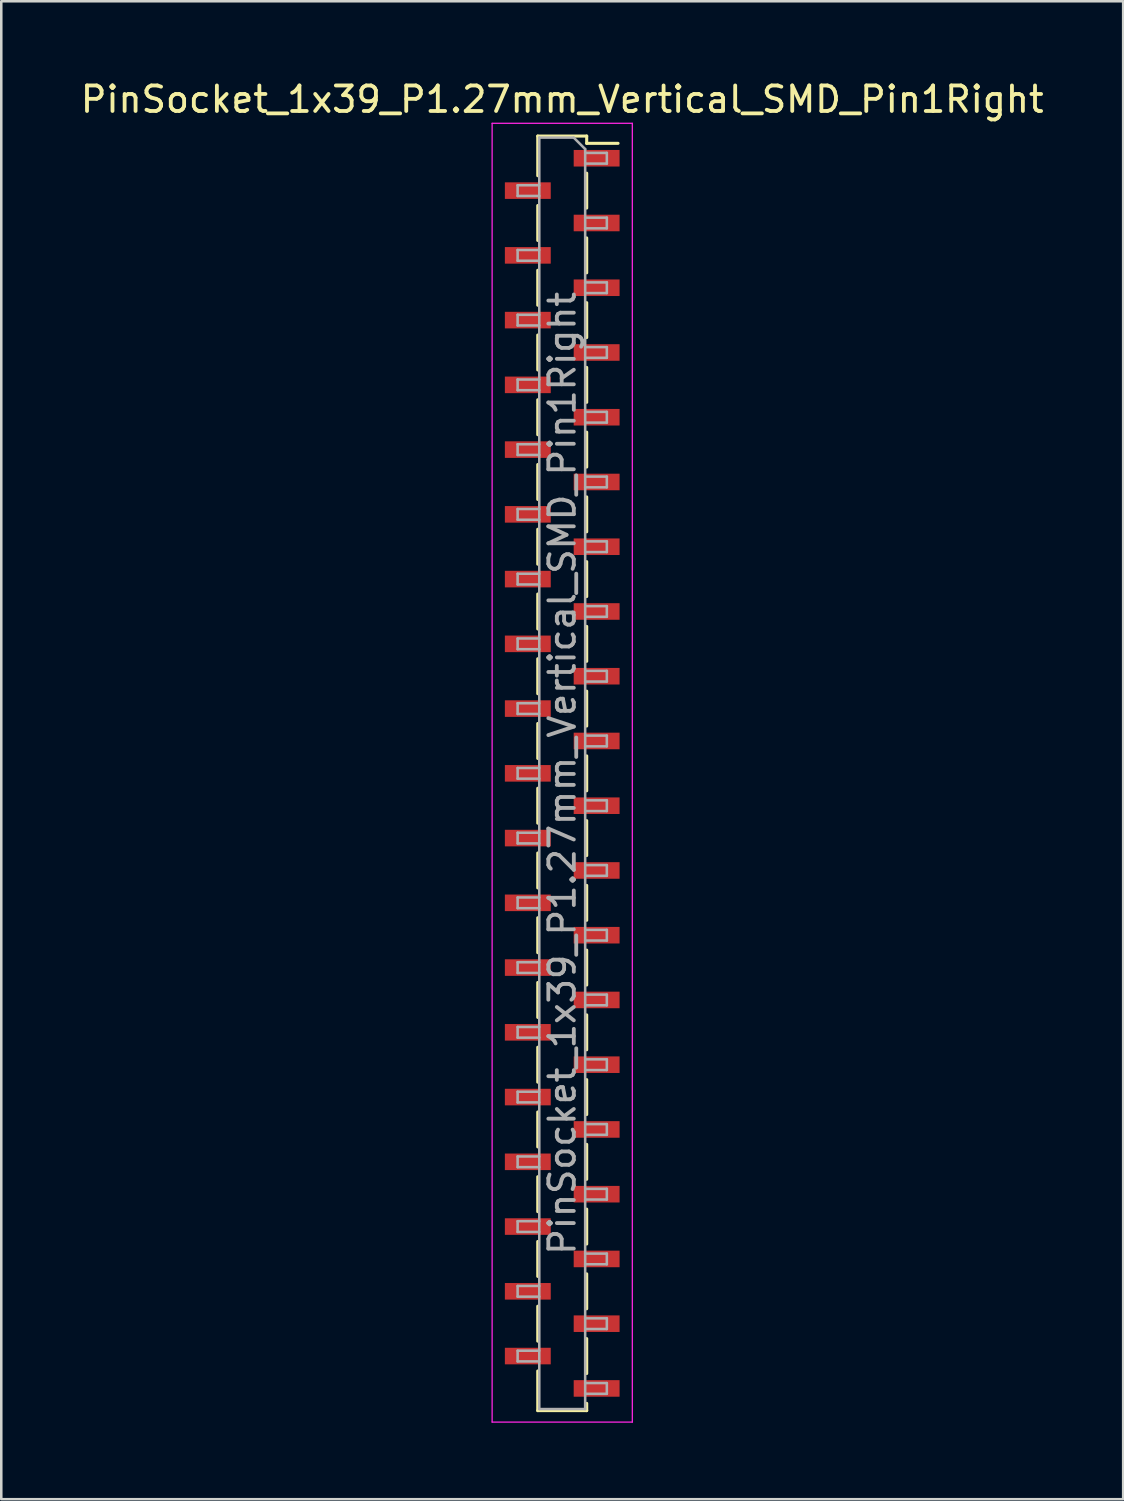
<source format=kicad_pcb>
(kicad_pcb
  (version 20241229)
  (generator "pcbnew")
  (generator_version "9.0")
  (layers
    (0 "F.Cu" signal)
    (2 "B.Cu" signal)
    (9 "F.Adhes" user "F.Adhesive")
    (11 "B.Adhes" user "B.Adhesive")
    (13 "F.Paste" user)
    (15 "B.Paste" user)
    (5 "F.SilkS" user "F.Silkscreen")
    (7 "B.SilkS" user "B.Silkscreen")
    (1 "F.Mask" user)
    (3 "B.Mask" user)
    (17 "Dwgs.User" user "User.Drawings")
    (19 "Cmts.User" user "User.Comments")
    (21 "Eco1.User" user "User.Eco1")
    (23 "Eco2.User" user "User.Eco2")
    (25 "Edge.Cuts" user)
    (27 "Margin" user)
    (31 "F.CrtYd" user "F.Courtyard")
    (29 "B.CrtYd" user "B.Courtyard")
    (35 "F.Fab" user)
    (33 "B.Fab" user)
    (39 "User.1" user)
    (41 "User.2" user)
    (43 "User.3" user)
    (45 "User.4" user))
  (footprint "PinSocket_1x39_P1.27mm_Vertical_SMD_Pin1Right"
    (layer "F.Cu")
    (at 19.006 27.288)
    (property "Reference" "PinSocket_1x39_P1.27mm_Vertical_SMD_Pin1Right" (at 0 -26.44 0) (layer "F.SilkS") (effects (font (size 1 1) (thickness 0.15))))
    (attr smd)
    (fp_line (start -0.96 -25) (end -0.96 -23.445) (stroke (width 0.12) (type solid)) (layer "F.SilkS"))
    (fp_line (start -0.96 -25) (end 0.96 -25) (stroke (width 0.12) (type solid)) (layer "F.SilkS"))
    (fp_line (start -0.96 -22.275) (end -0.96 -20.905) (stroke (width 0.12) (type solid)) (layer "F.SilkS"))
    (fp_line (start -0.96 -19.735) (end -0.96 -18.365) (stroke (width 0.12) (type solid)) (layer "F.SilkS"))
    (fp_line (start -0.96 -17.195) (end -0.96 -15.825) (stroke (width 0.12) (type solid)) (layer "F.SilkS"))
    (fp_line (start -0.96 -14.655) (end -0.96 -13.285) (stroke (width 0.12) (type solid)) (layer "F.SilkS"))
    (fp_line (start -0.96 -12.115) (end -0.96 -10.745) (stroke (width 0.12) (type solid)) (layer "F.SilkS"))
    (fp_line (start -0.96 -9.575) (end -0.96 -8.205) (stroke (width 0.12) (type solid)) (layer "F.SilkS"))
    (fp_line (start -0.96 -7.035) (end -0.96 -5.665) (stroke (width 0.12) (type solid)) (layer "F.SilkS"))
    (fp_line (start -0.96 -4.495) (end -0.96 -3.125) (stroke (width 0.12) (type solid)) (layer "F.SilkS"))
    (fp_line (start -0.96 -1.955) (end -0.96 -0.585) (stroke (width 0.12) (type solid)) (layer "F.SilkS"))
    (fp_line (start -0.96 0.585) (end -0.96 1.955) (stroke (width 0.12) (type solid)) (layer "F.SilkS"))
    (fp_line (start -0.96 3.125) (end -0.96 4.495) (stroke (width 0.12) (type solid)) (layer "F.SilkS"))
    (fp_line (start -0.96 5.665) (end -0.96 7.035) (stroke (width 0.12) (type solid)) (layer "F.SilkS"))
    (fp_line (start -0.96 8.205) (end -0.96 9.575) (stroke (width 0.12) (type solid)) (layer "F.SilkS"))
    (fp_line (start -0.96 10.745) (end -0.96 12.115) (stroke (width 0.12) (type solid)) (layer "F.SilkS"))
    (fp_line (start -0.96 13.285) (end -0.96 14.655) (stroke (width 0.12) (type solid)) (layer "F.SilkS"))
    (fp_line (start -0.96 15.825) (end -0.96 17.195) (stroke (width 0.12) (type solid)) (layer "F.SilkS"))
    (fp_line (start -0.96 18.365) (end -0.96 19.735) (stroke (width 0.12) (type solid)) (layer "F.SilkS"))
    (fp_line (start -0.96 20.905) (end -0.96 22.275) (stroke (width 0.12) (type solid)) (layer "F.SilkS"))
    (fp_line (start -0.96 23.445) (end -0.96 25) (stroke (width 0.12) (type solid)) (layer "F.SilkS"))
    (fp_line (start -0.96 25) (end 0.96 25) (stroke (width 0.12) (type solid)) (layer "F.SilkS"))
    (fp_line (start 0.96 -25) (end 0.96 -24.715) (stroke (width 0.12) (type solid)) (layer "F.SilkS"))
    (fp_line (start 0.96 -24.715) (end 2.19 -24.715) (stroke (width 0.12) (type solid)) (layer "F.SilkS"))
    (fp_line (start 0.96 -23.545) (end 0.96 -22.175) (stroke (width 0.12) (type solid)) (layer "F.SilkS"))
    (fp_line (start 0.96 -21.005) (end 0.96 -19.635) (stroke (width 0.12) (type solid)) (layer "F.SilkS"))
    (fp_line (start 0.96 -18.465) (end 0.96 -17.095) (stroke (width 0.12) (type solid)) (layer "F.SilkS"))
    (fp_line (start 0.96 -15.925) (end 0.96 -14.555) (stroke (width 0.12) (type solid)) (layer "F.SilkS"))
    (fp_line (start 0.96 -13.385) (end 0.96 -12.015) (stroke (width 0.12) (type solid)) (layer "F.SilkS"))
    (fp_line (start 0.96 -10.845) (end 0.96 -9.475) (stroke (width 0.12) (type solid)) (layer "F.SilkS"))
    (fp_line (start 0.96 -8.305) (end 0.96 -6.935) (stroke (width 0.12) (type solid)) (layer "F.SilkS"))
    (fp_line (start 0.96 -5.765) (end 0.96 -4.395) (stroke (width 0.12) (type solid)) (layer "F.SilkS"))
    (fp_line (start 0.96 -3.225) (end 0.96 -1.855) (stroke (width 0.12) (type solid)) (layer "F.SilkS"))
    (fp_line (start 0.96 -0.685) (end 0.96 0.685) (stroke (width 0.12) (type solid)) (layer "F.SilkS"))
    (fp_line (start 0.96 1.855) (end 0.96 3.225) (stroke (width 0.12) (type solid)) (layer "F.SilkS"))
    (fp_line (start 0.96 4.395) (end 0.96 5.765) (stroke (width 0.12) (type solid)) (layer "F.SilkS"))
    (fp_line (start 0.96 6.935) (end 0.96 8.305) (stroke (width 0.12) (type solid)) (layer "F.SilkS"))
    (fp_line (start 0.96 9.475) (end 0.96 10.845) (stroke (width 0.12) (type solid)) (layer "F.SilkS"))
    (fp_line (start 0.96 12.015) (end 0.96 13.385) (stroke (width 0.12) (type solid)) (layer "F.SilkS"))
    (fp_line (start 0.96 14.555) (end 0.96 15.925) (stroke (width 0.12) (type solid)) (layer "F.SilkS"))
    (fp_line (start 0.96 17.095) (end 0.96 18.465) (stroke (width 0.12) (type solid)) (layer "F.SilkS"))
    (fp_line (start 0.96 19.635) (end 0.96 21.005) (stroke (width 0.12) (type solid)) (layer "F.SilkS"))
    (fp_line (start 0.96 22.175) (end 0.96 23.545) (stroke (width 0.12) (type solid)) (layer "F.SilkS"))
    (fp_line (start 0.96 24.715) (end 0.96 25) (stroke (width 0.12) (type solid)) (layer "F.SilkS"))
    (fp_line (start -2.75 -25.5) (end 2.75 -25.5) (stroke (width 0.05) (type solid)) (layer "F.CrtYd"))
    (fp_line (start -2.75 25.45) (end -2.75 -25.5) (stroke (width 0.05) (type solid)) (layer "F.CrtYd"))
    (fp_line (start 2.75 -25.5) (end 2.75 25.45) (stroke (width 0.05) (type solid)) (layer "F.CrtYd"))
    (fp_line (start 2.75 25.45) (end -2.75 25.45) (stroke (width 0.05) (type solid)) (layer "F.CrtYd"))
    (fp_line (start -1.75 -23.07) (end -0.9 -23.07) (stroke (width 0.1) (type solid)) (layer "F.Fab"))
    (fp_line (start -1.75 -22.65) (end -1.75 -23.07) (stroke (width 0.1) (type solid)) (layer "F.Fab"))
    (fp_line (start -1.75 -20.53) (end -0.9 -20.53) (stroke (width 0.1) (type solid)) (layer "F.Fab"))
    (fp_line (start -1.75 -20.11) (end -1.75 -20.53) (stroke (width 0.1) (type solid)) (layer "F.Fab"))
    (fp_line (start -1.75 -17.99) (end -0.9 -17.99) (stroke (width 0.1) (type solid)) (layer "F.Fab"))
    (fp_line (start -1.75 -17.57) (end -1.75 -17.99) (stroke (width 0.1) (type solid)) (layer "F.Fab"))
    (fp_line (start -1.75 -15.45) (end -0.9 -15.45) (stroke (width 0.1) (type solid)) (layer "F.Fab"))
    (fp_line (start -1.75 -15.03) (end -1.75 -15.45) (stroke (width 0.1) (type solid)) (layer "F.Fab"))
    (fp_line (start -1.75 -12.91) (end -0.9 -12.91) (stroke (width 0.1) (type solid)) (layer "F.Fab"))
    (fp_line (start -1.75 -12.49) (end -1.75 -12.91) (stroke (width 0.1) (type solid)) (layer "F.Fab"))
    (fp_line (start -1.75 -10.37) (end -0.9 -10.37) (stroke (width 0.1) (type solid)) (layer "F.Fab"))
    (fp_line (start -1.75 -9.95) (end -1.75 -10.37) (stroke (width 0.1) (type solid)) (layer "F.Fab"))
    (fp_line (start -1.75 -7.83) (end -0.9 -7.83) (stroke (width 0.1) (type solid)) (layer "F.Fab"))
    (fp_line (start -1.75 -7.41) (end -1.75 -7.83) (stroke (width 0.1) (type solid)) (layer "F.Fab"))
    (fp_line (start -1.75 -5.29) (end -0.9 -5.29) (stroke (width 0.1) (type solid)) (layer "F.Fab"))
    (fp_line (start -1.75 -4.87) (end -1.75 -5.29) (stroke (width 0.1) (type solid)) (layer "F.Fab"))
    (fp_line (start -1.75 -2.75) (end -0.9 -2.75) (stroke (width 0.1) (type solid)) (layer "F.Fab"))
    (fp_line (start -1.75 -2.33) (end -1.75 -2.75) (stroke (width 0.1) (type solid)) (layer "F.Fab"))
    (fp_line (start -1.75 -0.21) (end -0.9 -0.21) (stroke (width 0.1) (type solid)) (layer "F.Fab"))
    (fp_line (start -1.75 0.21) (end -1.75 -0.21) (stroke (width 0.1) (type solid)) (layer "F.Fab"))
    (fp_line (start -1.75 2.33) (end -0.9 2.33) (stroke (width 0.1) (type solid)) (layer "F.Fab"))
    (fp_line (start -1.75 2.75) (end -1.75 2.33) (stroke (width 0.1) (type solid)) (layer "F.Fab"))
    (fp_line (start -1.75 4.87) (end -0.9 4.87) (stroke (width 0.1) (type solid)) (layer "F.Fab"))
    (fp_line (start -1.75 5.29) (end -1.75 4.87) (stroke (width 0.1) (type solid)) (layer "F.Fab"))
    (fp_line (start -1.75 7.41) (end -0.9 7.41) (stroke (width 0.1) (type solid)) (layer "F.Fab"))
    (fp_line (start -1.75 7.83) (end -1.75 7.41) (stroke (width 0.1) (type solid)) (layer "F.Fab"))
    (fp_line (start -1.75 9.95) (end -0.9 9.95) (stroke (width 0.1) (type solid)) (layer "F.Fab"))
    (fp_line (start -1.75 10.37) (end -1.75 9.95) (stroke (width 0.1) (type solid)) (layer "F.Fab"))
    (fp_line (start -1.75 12.49) (end -0.9 12.49) (stroke (width 0.1) (type solid)) (layer "F.Fab"))
    (fp_line (start -1.75 12.91) (end -1.75 12.49) (stroke (width 0.1) (type solid)) (layer "F.Fab"))
    (fp_line (start -1.75 15.03) (end -0.9 15.03) (stroke (width 0.1) (type solid)) (layer "F.Fab"))
    (fp_line (start -1.75 15.45) (end -1.75 15.03) (stroke (width 0.1) (type solid)) (layer "F.Fab"))
    (fp_line (start -1.75 17.57) (end -0.9 17.57) (stroke (width 0.1) (type solid)) (layer "F.Fab"))
    (fp_line (start -1.75 17.99) (end -1.75 17.57) (stroke (width 0.1) (type solid)) (layer "F.Fab"))
    (fp_line (start -1.75 20.11) (end -0.9 20.11) (stroke (width 0.1) (type solid)) (layer "F.Fab"))
    (fp_line (start -1.75 20.53) (end -1.75 20.11) (stroke (width 0.1) (type solid)) (layer "F.Fab"))
    (fp_line (start -1.75 22.65) (end -0.9 22.65) (stroke (width 0.1) (type solid)) (layer "F.Fab"))
    (fp_line (start -1.75 23.07) (end -1.75 22.65) (stroke (width 0.1) (type solid)) (layer "F.Fab"))
    (fp_line (start -0.9 -24.94) (end 0.45 -24.94) (stroke (width 0.1) (type solid)) (layer "F.Fab"))
    (fp_line (start -0.9 -22.65) (end -1.75 -22.65) (stroke (width 0.1) (type solid)) (layer "F.Fab"))
    (fp_line (start -0.9 -20.11) (end -1.75 -20.11) (stroke (width 0.1) (type solid)) (layer "F.Fab"))
    (fp_line (start -0.9 -17.57) (end -1.75 -17.57) (stroke (width 0.1) (type solid)) (layer "F.Fab"))
    (fp_line (start -0.9 -15.03) (end -1.75 -15.03) (stroke (width 0.1) (type solid)) (layer "F.Fab"))
    (fp_line (start -0.9 -12.49) (end -1.75 -12.49) (stroke (width 0.1) (type solid)) (layer "F.Fab"))
    (fp_line (start -0.9 -9.95) (end -1.75 -9.95) (stroke (width 0.1) (type solid)) (layer "F.Fab"))
    (fp_line (start -0.9 -7.41) (end -1.75 -7.41) (stroke (width 0.1) (type solid)) (layer "F.Fab"))
    (fp_line (start -0.9 -4.87) (end -1.75 -4.87) (stroke (width 0.1) (type solid)) (layer "F.Fab"))
    (fp_line (start -0.9 -2.33) (end -1.75 -2.33) (stroke (width 0.1) (type solid)) (layer "F.Fab"))
    (fp_line (start -0.9 0.21) (end -1.75 0.21) (stroke (width 0.1) (type solid)) (layer "F.Fab"))
    (fp_line (start -0.9 2.75) (end -1.75 2.75) (stroke (width 0.1) (type solid)) (layer "F.Fab"))
    (fp_line (start -0.9 5.29) (end -1.75 5.29) (stroke (width 0.1) (type solid)) (layer "F.Fab"))
    (fp_line (start -0.9 7.83) (end -1.75 7.83) (stroke (width 0.1) (type solid)) (layer "F.Fab"))
    (fp_line (start -0.9 10.37) (end -1.75 10.37) (stroke (width 0.1) (type solid)) (layer "F.Fab"))
    (fp_line (start -0.9 12.91) (end -1.75 12.91) (stroke (width 0.1) (type solid)) (layer "F.Fab"))
    (fp_line (start -0.9 15.45) (end -1.75 15.45) (stroke (width 0.1) (type solid)) (layer "F.Fab"))
    (fp_line (start -0.9 17.99) (end -1.75 17.99) (stroke (width 0.1) (type solid)) (layer "F.Fab"))
    (fp_line (start -0.9 20.53) (end -1.75 20.53) (stroke (width 0.1) (type solid)) (layer "F.Fab"))
    (fp_line (start -0.9 23.07) (end -1.75 23.07) (stroke (width 0.1) (type solid)) (layer "F.Fab"))
    (fp_line (start -0.9 24.94) (end -0.9 -24.94) (stroke (width 0.1) (type solid)) (layer "F.Fab"))
    (fp_line (start 0.45 -24.94) (end 0.9 -24.49) (stroke (width 0.1) (type solid)) (layer "F.Fab"))
    (fp_line (start 0.9 -24.49) (end 0.9 24.94) (stroke (width 0.1) (type solid)) (layer "F.Fab"))
    (fp_line (start 0.9 -24.34) (end 1.75 -24.34) (stroke (width 0.1) (type solid)) (layer "F.Fab"))
    (fp_line (start 0.9 -21.8) (end 1.75 -21.8) (stroke (width 0.1) (type solid)) (layer "F.Fab"))
    (fp_line (start 0.9 -19.26) (end 1.75 -19.26) (stroke (width 0.1) (type solid)) (layer "F.Fab"))
    (fp_line (start 0.9 -16.72) (end 1.75 -16.72) (stroke (width 0.1) (type solid)) (layer "F.Fab"))
    (fp_line (start 0.9 -14.18) (end 1.75 -14.18) (stroke (width 0.1) (type solid)) (layer "F.Fab"))
    (fp_line (start 0.9 -11.64) (end 1.75 -11.64) (stroke (width 0.1) (type solid)) (layer "F.Fab"))
    (fp_line (start 0.9 -9.1) (end 1.75 -9.1) (stroke (width 0.1) (type solid)) (layer "F.Fab"))
    (fp_line (start 0.9 -6.56) (end 1.75 -6.56) (stroke (width 0.1) (type solid)) (layer "F.Fab"))
    (fp_line (start 0.9 -4.02) (end 1.75 -4.02) (stroke (width 0.1) (type solid)) (layer "F.Fab"))
    (fp_line (start 0.9 -1.48) (end 1.75 -1.48) (stroke (width 0.1) (type solid)) (layer "F.Fab"))
    (fp_line (start 0.9 1.06) (end 1.75 1.06) (stroke (width 0.1) (type solid)) (layer "F.Fab"))
    (fp_line (start 0.9 3.6) (end 1.75 3.6) (stroke (width 0.1) (type solid)) (layer "F.Fab"))
    (fp_line (start 0.9 6.14) (end 1.75 6.14) (stroke (width 0.1) (type solid)) (layer "F.Fab"))
    (fp_line (start 0.9 8.68) (end 1.75 8.68) (stroke (width 0.1) (type solid)) (layer "F.Fab"))
    (fp_line (start 0.9 11.22) (end 1.75 11.22) (stroke (width 0.1) (type solid)) (layer "F.Fab"))
    (fp_line (start 0.9 13.76) (end 1.75 13.76) (stroke (width 0.1) (type solid)) (layer "F.Fab"))
    (fp_line (start 0.9 16.3) (end 1.75 16.3) (stroke (width 0.1) (type solid)) (layer "F.Fab"))
    (fp_line (start 0.9 18.84) (end 1.75 18.84) (stroke (width 0.1) (type solid)) (layer "F.Fab"))
    (fp_line (start 0.9 21.38) (end 1.75 21.38) (stroke (width 0.1) (type solid)) (layer "F.Fab"))
    (fp_line (start 0.9 23.92) (end 1.75 23.92) (stroke (width 0.1) (type solid)) (layer "F.Fab"))
    (fp_line (start 0.9 24.94) (end -0.9 24.94) (stroke (width 0.1) (type solid)) (layer "F.Fab"))
    (fp_line (start 1.75 -24.34) (end 1.75 -23.92) (stroke (width 0.1) (type solid)) (layer "F.Fab"))
    (fp_line (start 1.75 -23.92) (end 0.9 -23.92) (stroke (width 0.1) (type solid)) (layer "F.Fab"))
    (fp_line (start 1.75 -21.8) (end 1.75 -21.38) (stroke (width 0.1) (type solid)) (layer "F.Fab"))
    (fp_line (start 1.75 -21.38) (end 0.9 -21.38) (stroke (width 0.1) (type solid)) (layer "F.Fab"))
    (fp_line (start 1.75 -19.26) (end 1.75 -18.84) (stroke (width 0.1) (type solid)) (layer "F.Fab"))
    (fp_line (start 1.75 -18.84) (end 0.9 -18.84) (stroke (width 0.1) (type solid)) (layer "F.Fab"))
    (fp_line (start 1.75 -16.72) (end 1.75 -16.3) (stroke (width 0.1) (type solid)) (layer "F.Fab"))
    (fp_line (start 1.75 -16.3) (end 0.9 -16.3) (stroke (width 0.1) (type solid)) (layer "F.Fab"))
    (fp_line (start 1.75 -14.18) (end 1.75 -13.76) (stroke (width 0.1) (type solid)) (layer "F.Fab"))
    (fp_line (start 1.75 -13.76) (end 0.9 -13.76) (stroke (width 0.1) (type solid)) (layer "F.Fab"))
    (fp_line (start 1.75 -11.64) (end 1.75 -11.22) (stroke (width 0.1) (type solid)) (layer "F.Fab"))
    (fp_line (start 1.75 -11.22) (end 0.9 -11.22) (stroke (width 0.1) (type solid)) (layer "F.Fab"))
    (fp_line (start 1.75 -9.1) (end 1.75 -8.68) (stroke (width 0.1) (type solid)) (layer "F.Fab"))
    (fp_line (start 1.75 -8.68) (end 0.9 -8.68) (stroke (width 0.1) (type solid)) (layer "F.Fab"))
    (fp_line (start 1.75 -6.56) (end 1.75 -6.14) (stroke (width 0.1) (type solid)) (layer "F.Fab"))
    (fp_line (start 1.75 -6.14) (end 0.9 -6.14) (stroke (width 0.1) (type solid)) (layer "F.Fab"))
    (fp_line (start 1.75 -4.02) (end 1.75 -3.6) (stroke (width 0.1) (type solid)) (layer "F.Fab"))
    (fp_line (start 1.75 -3.6) (end 0.9 -3.6) (stroke (width 0.1) (type solid)) (layer "F.Fab"))
    (fp_line (start 1.75 -1.48) (end 1.75 -1.06) (stroke (width 0.1) (type solid)) (layer "F.Fab"))
    (fp_line (start 1.75 -1.06) (end 0.9 -1.06) (stroke (width 0.1) (type solid)) (layer "F.Fab"))
    (fp_line (start 1.75 1.06) (end 1.75 1.48) (stroke (width 0.1) (type solid)) (layer "F.Fab"))
    (fp_line (start 1.75 1.48) (end 0.9 1.48) (stroke (width 0.1) (type solid)) (layer "F.Fab"))
    (fp_line (start 1.75 3.6) (end 1.75 4.02) (stroke (width 0.1) (type solid)) (layer "F.Fab"))
    (fp_line (start 1.75 4.02) (end 0.9 4.02) (stroke (width 0.1) (type solid)) (layer "F.Fab"))
    (fp_line (start 1.75 6.14) (end 1.75 6.56) (stroke (width 0.1) (type solid)) (layer "F.Fab"))
    (fp_line (start 1.75 6.56) (end 0.9 6.56) (stroke (width 0.1) (type solid)) (layer "F.Fab"))
    (fp_line (start 1.75 8.68) (end 1.75 9.1) (stroke (width 0.1) (type solid)) (layer "F.Fab"))
    (fp_line (start 1.75 9.1) (end 0.9 9.1) (stroke (width 0.1) (type solid)) (layer "F.Fab"))
    (fp_line (start 1.75 11.22) (end 1.75 11.64) (stroke (width 0.1) (type solid)) (layer "F.Fab"))
    (fp_line (start 1.75 11.64) (end 0.9 11.64) (stroke (width 0.1) (type solid)) (layer "F.Fab"))
    (fp_line (start 1.75 13.76) (end 1.75 14.18) (stroke (width 0.1) (type solid)) (layer "F.Fab"))
    (fp_line (start 1.75 14.18) (end 0.9 14.18) (stroke (width 0.1) (type solid)) (layer "F.Fab"))
    (fp_line (start 1.75 16.3) (end 1.75 16.72) (stroke (width 0.1) (type solid)) (layer "F.Fab"))
    (fp_line (start 1.75 16.72) (end 0.9 16.72) (stroke (width 0.1) (type solid)) (layer "F.Fab"))
    (fp_line (start 1.75 18.84) (end 1.75 19.26) (stroke (width 0.1) (type solid)) (layer "F.Fab"))
    (fp_line (start 1.75 19.26) (end 0.9 19.26) (stroke (width 0.1) (type solid)) (layer "F.Fab"))
    (fp_line (start 1.75 21.38) (end 1.75 21.8) (stroke (width 0.1) (type solid)) (layer "F.Fab"))
    (fp_line (start 1.75 21.8) (end 0.9 21.8) (stroke (width 0.1) (type solid)) (layer "F.Fab"))
    (fp_line (start 1.75 23.92) (end 1.75 24.34) (stroke (width 0.1) (type solid)) (layer "F.Fab"))
    (fp_line (start 1.75 24.34) (end 0.9 24.34) (stroke (width 0.1) (type solid)) (layer "F.Fab"))
    (fp_text user "${REFERENCE}" (at 0 0 90) (layer "F.Fab") (effects (font (size 1 1) (thickness 0.15))))
    (pad "1" smd rect (at 1.35 -24.13) (size 1.8 0.65) (layers "F.Cu" "F.Mask" "F.Paste"))
    (pad "2" smd rect (at -1.35 -22.86) (size 1.8 0.65) (layers "F.Cu" "F.Mask" "F.Paste"))
    (pad "3" smd rect (at 1.35 -21.59) (size 1.8 0.65) (layers "F.Cu" "F.Mask" "F.Paste"))
    (pad "4" smd rect (at -1.35 -20.32) (size 1.8 0.65) (layers "F.Cu" "F.Mask" "F.Paste"))
    (pad "5" smd rect (at 1.35 -19.05) (size 1.8 0.65) (layers "F.Cu" "F.Mask" "F.Paste"))
    (pad "6" smd rect (at -1.35 -17.78) (size 1.8 0.65) (layers "F.Cu" "F.Mask" "F.Paste"))
    (pad "7" smd rect (at 1.35 -16.51) (size 1.8 0.65) (layers "F.Cu" "F.Mask" "F.Paste"))
    (pad "8" smd rect (at -1.35 -15.24) (size 1.8 0.65) (layers "F.Cu" "F.Mask" "F.Paste"))
    (pad "9" smd rect (at 1.35 -13.97) (size 1.8 0.65) (layers "F.Cu" "F.Mask" "F.Paste"))
    (pad "10" smd rect (at -1.35 -12.7) (size 1.8 0.65) (layers "F.Cu" "F.Mask" "F.Paste"))
    (pad "11" smd rect (at 1.35 -11.43) (size 1.8 0.65) (layers "F.Cu" "F.Mask" "F.Paste"))
    (pad "12" smd rect (at -1.35 -10.16) (size 1.8 0.65) (layers "F.Cu" "F.Mask" "F.Paste"))
    (pad "13" smd rect (at 1.35 -8.89) (size 1.8 0.65) (layers "F.Cu" "F.Mask" "F.Paste"))
    (pad "14" smd rect (at -1.35 -7.62) (size 1.8 0.65) (layers "F.Cu" "F.Mask" "F.Paste"))
    (pad "15" smd rect (at 1.35 -6.35) (size 1.8 0.65) (layers "F.Cu" "F.Mask" "F.Paste"))
    (pad "16" smd rect (at -1.35 -5.08) (size 1.8 0.65) (layers "F.Cu" "F.Mask" "F.Paste"))
    (pad "17" smd rect (at 1.35 -3.81) (size 1.8 0.65) (layers "F.Cu" "F.Mask" "F.Paste"))
    (pad "18" smd rect (at -1.35 -2.54) (size 1.8 0.65) (layers "F.Cu" "F.Mask" "F.Paste"))
    (pad "19" smd rect (at 1.35 -1.27) (size 1.8 0.65) (layers "F.Cu" "F.Mask" "F.Paste"))
    (pad "20" smd rect (at -1.35 0) (size 1.8 0.65) (layers "F.Cu" "F.Mask" "F.Paste"))
    (pad "21" smd rect (at 1.35 1.27) (size 1.8 0.65) (layers "F.Cu" "F.Mask" "F.Paste"))
    (pad "22" smd rect (at -1.35 2.54) (size 1.8 0.65) (layers "F.Cu" "F.Mask" "F.Paste"))
    (pad "23" smd rect (at 1.35 3.81) (size 1.8 0.65) (layers "F.Cu" "F.Mask" "F.Paste"))
    (pad "24" smd rect (at -1.35 5.08) (size 1.8 0.65) (layers "F.Cu" "F.Mask" "F.Paste"))
    (pad "25" smd rect (at 1.35 6.35) (size 1.8 0.65) (layers "F.Cu" "F.Mask" "F.Paste"))
    (pad "26" smd rect (at -1.35 7.62) (size 1.8 0.65) (layers "F.Cu" "F.Mask" "F.Paste"))
    (pad "27" smd rect (at 1.35 8.89) (size 1.8 0.65) (layers "F.Cu" "F.Mask" "F.Paste"))
    (pad "28" smd rect (at -1.35 10.16) (size 1.8 0.65) (layers "F.Cu" "F.Mask" "F.Paste"))
    (pad "29" smd rect (at 1.35 11.43) (size 1.8 0.65) (layers "F.Cu" "F.Mask" "F.Paste"))
    (pad "30" smd rect (at -1.35 12.7) (size 1.8 0.65) (layers "F.Cu" "F.Mask" "F.Paste"))
    (pad "31" smd rect (at 1.35 13.97) (size 1.8 0.65) (layers "F.Cu" "F.Mask" "F.Paste"))
    (pad "32" smd rect (at -1.35 15.24) (size 1.8 0.65) (layers "F.Cu" "F.Mask" "F.Paste"))
    (pad "33" smd rect (at 1.35 16.51) (size 1.8 0.65) (layers "F.Cu" "F.Mask" "F.Paste"))
    (pad "34" smd rect (at -1.35 17.78) (size 1.8 0.65) (layers "F.Cu" "F.Mask" "F.Paste"))
    (pad "35" smd rect (at 1.35 19.05) (size 1.8 0.65) (layers "F.Cu" "F.Mask" "F.Paste"))
    (pad "36" smd rect (at -1.35 20.32) (size 1.8 0.65) (layers "F.Cu" "F.Mask" "F.Paste"))
    (pad "37" smd rect (at 1.35 21.59) (size 1.8 0.65) (layers "F.Cu" "F.Mask" "F.Paste"))
    (pad "38" smd rect (at -1.35 22.86) (size 1.8 0.65) (layers "F.Cu" "F.Mask" "F.Paste"))
    (pad "39" smd rect (at 1.35 24.13) (size 1.8 0.65) (layers "F.Cu" "F.Mask" "F.Paste")))
  (gr_rect
    (start -3 -3)
    (end 41.012 55.763)
    (stroke (width 0.1) (type default))
    (fill no)
    (layer "Edge.Cuts")))
</source>
